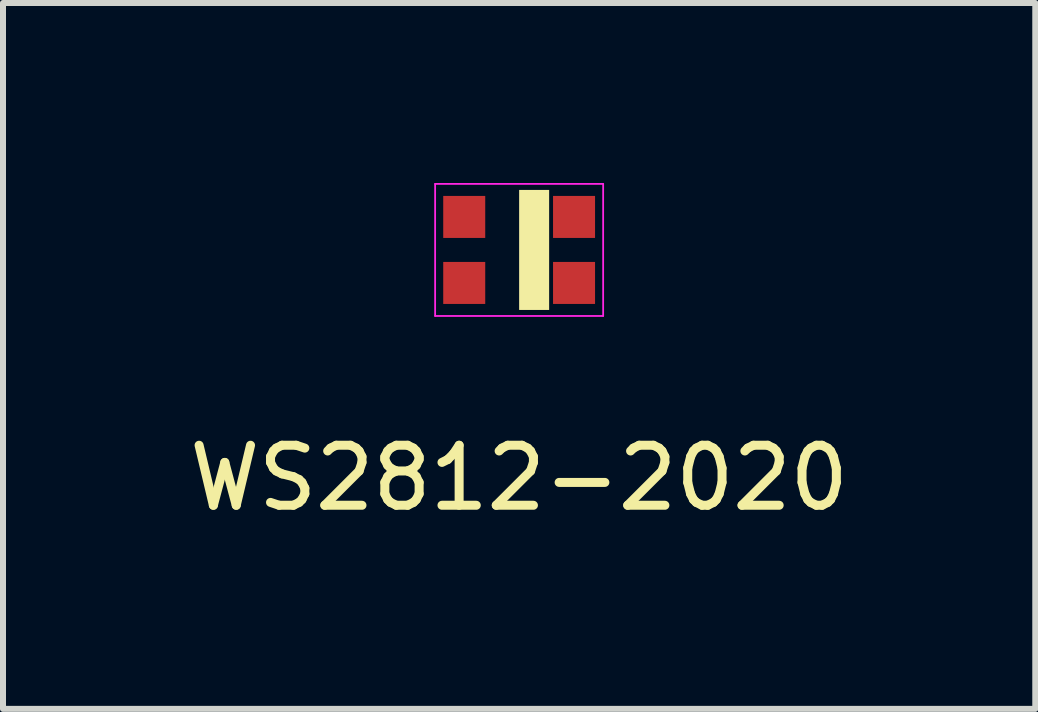
<source format=kicad_pcb>
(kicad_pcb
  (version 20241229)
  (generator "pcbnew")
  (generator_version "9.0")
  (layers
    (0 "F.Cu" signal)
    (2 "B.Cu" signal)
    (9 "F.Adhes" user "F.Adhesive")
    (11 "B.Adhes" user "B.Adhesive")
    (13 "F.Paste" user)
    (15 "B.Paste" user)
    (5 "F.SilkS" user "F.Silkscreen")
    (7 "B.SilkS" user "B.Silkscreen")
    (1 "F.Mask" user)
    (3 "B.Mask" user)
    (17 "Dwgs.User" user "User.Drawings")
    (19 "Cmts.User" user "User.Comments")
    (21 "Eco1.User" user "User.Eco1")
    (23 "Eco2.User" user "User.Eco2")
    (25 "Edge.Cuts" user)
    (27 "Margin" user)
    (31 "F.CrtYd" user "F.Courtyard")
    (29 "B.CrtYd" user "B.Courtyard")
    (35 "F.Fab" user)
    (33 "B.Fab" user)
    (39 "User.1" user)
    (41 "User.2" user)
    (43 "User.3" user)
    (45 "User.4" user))
  (footprint "WS2812-2020"
    (layer "F.Cu")
    (at 5.601 1.115)
    (property "Reference" "WS2812-2020" (at 0 3.8 0) (layer "F.SilkS") (effects (font (size 1 1) (thickness 0.15))))
    (attr through_hole)
    (fp_poly (pts (xy 0 -1) (xy 0.5 -1) (xy 0.5 1) (xy 0 1)) (stroke (width 0) (type solid)) (fill yes) (layer "F.SilkS"))
    (fp_line (start -1.4 -1.1) (end 1.4 -1.1) (stroke (width 0.03) (type solid)) (layer "F.CrtYd"))
    (fp_line (start -1.4 1.1) (end -1.4 -1.1) (stroke (width 0.03) (type solid)) (layer "F.CrtYd"))
    (fp_line (start 1.4 -1.1) (end 1.4 1.1) (stroke (width 0.03) (type solid)) (layer "F.CrtYd"))
    (fp_line (start 1.4 1.1) (end -1.4 1.1) (stroke (width 0.03) (type solid)) (layer "F.CrtYd"))
    (pad "1" smd rect (at -0.915 0.55) (size 0.7 0.7) (layers "F.Cu" "F.Mask" "F.Paste"))
    (pad "2" smd rect (at 0.915 0.55) (size 0.7 0.7) (layers "F.Cu" "F.Mask" "F.Paste"))
    (pad "3" smd rect (at 0.915 -0.55) (size 0.7 0.7) (layers "F.Cu" "F.Mask" "F.Paste"))
    (pad "4" smd rect (at -0.915 -0.55) (size 0.7 0.7) (layers "F.Cu" "F.Mask" "F.Paste")))
  (gr_rect
    (start -3 -3)
    (end 14.202 8.763)
    (stroke (width 0.1) (type default))
    (fill no)
    (layer "Edge.Cuts")))
</source>
